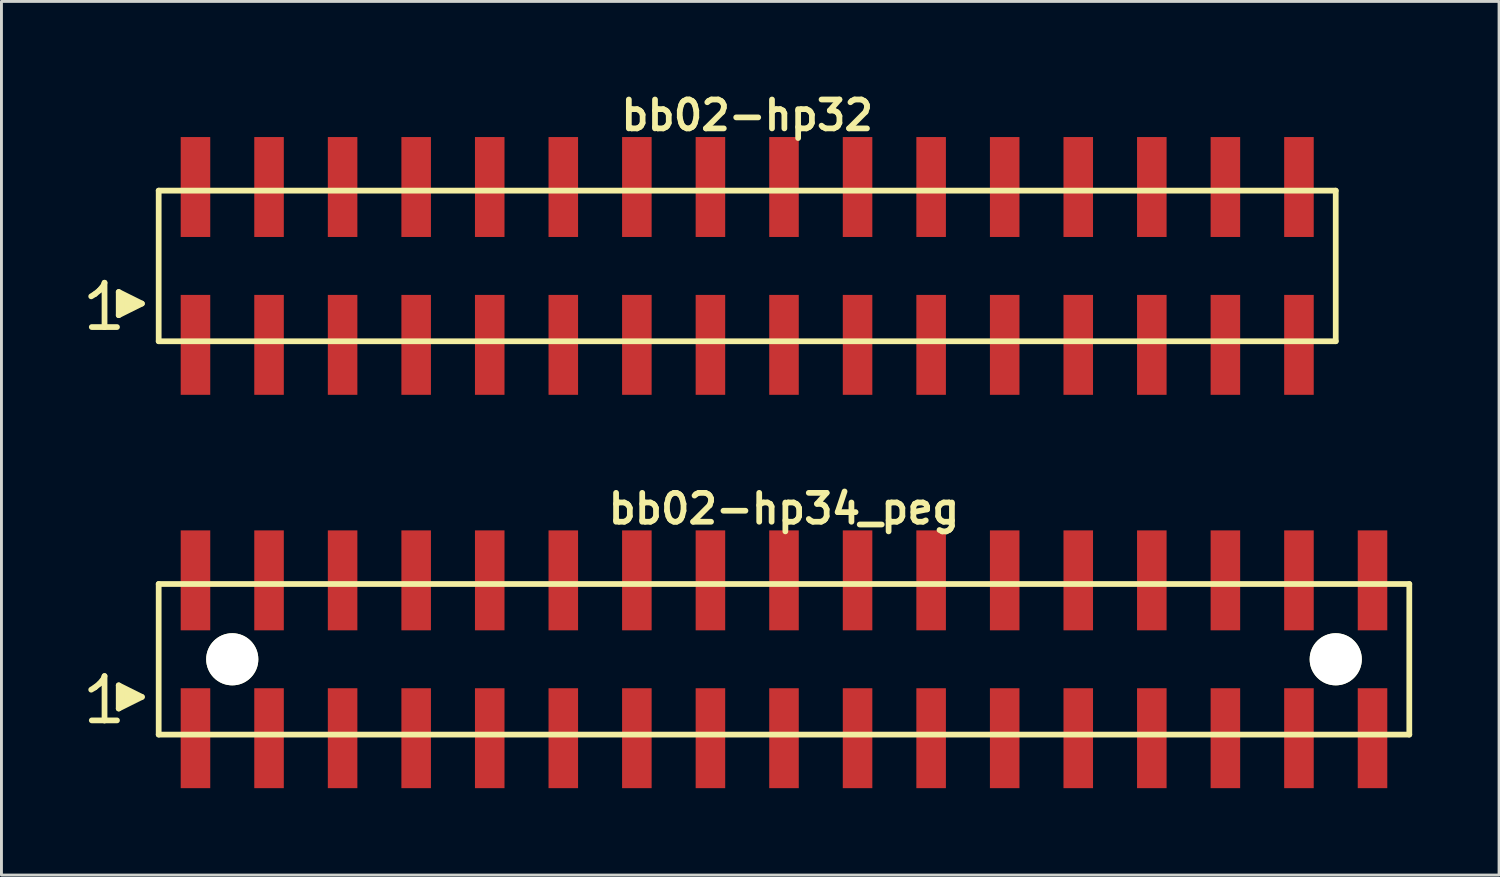
<source format=kicad_pcb>
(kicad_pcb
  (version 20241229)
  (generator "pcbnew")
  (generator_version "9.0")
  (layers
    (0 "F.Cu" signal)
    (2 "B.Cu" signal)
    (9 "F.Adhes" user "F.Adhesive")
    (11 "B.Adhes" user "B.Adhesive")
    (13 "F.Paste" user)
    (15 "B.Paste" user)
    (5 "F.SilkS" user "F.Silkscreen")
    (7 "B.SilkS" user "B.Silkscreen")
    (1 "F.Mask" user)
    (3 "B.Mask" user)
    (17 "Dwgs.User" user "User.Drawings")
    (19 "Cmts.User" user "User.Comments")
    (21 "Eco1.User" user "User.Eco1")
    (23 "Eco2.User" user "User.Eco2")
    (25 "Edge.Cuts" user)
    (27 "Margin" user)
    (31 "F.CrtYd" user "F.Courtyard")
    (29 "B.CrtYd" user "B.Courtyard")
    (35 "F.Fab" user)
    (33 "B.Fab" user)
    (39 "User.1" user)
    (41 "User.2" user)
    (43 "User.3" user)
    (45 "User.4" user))
  (footprint "bb02-hp34_peg"
    (layer "F.Cu")
    (at 24.019 19.713)
    (property "Reference" "bb02-hp34_peg" (at 0 -5.2 0) (layer "F.SilkS") (effects (font (size 0.998 0.998) (thickness 0.198))))
    (attr smd)
    (fp_line (start -23.92 1.05) (end -23.79 0.97) (stroke (width 0.198) (type solid)) (layer "F.SilkS"))
    (fp_line (start -23.79 0.97) (end -23.63 0.84) (stroke (width 0.198) (type solid)) (layer "F.SilkS"))
    (fp_line (start -23.63 0.84) (end -23.49 0.67) (stroke (width 0.198) (type solid)) (layer "F.SilkS"))
    (fp_line (start -23.49 0.67) (end -23.46 0.58) (stroke (width 0.198) (type solid)) (layer "F.SilkS"))
    (fp_line (start -23.46 0.58) (end -23.46 2.11) (stroke (width 0.198) (type solid)) (layer "F.SilkS"))
    (fp_line (start -23.46 2.11) (end -23.9 2.11) (stroke (width 0.198) (type solid)) (layer "F.SilkS"))
    (fp_line (start -23.03 2.11) (end -23.47 2.11) (stroke (width 0.198) (type solid)) (layer "F.SilkS"))
    (fp_line (start -22.97 0.9) (end -22.17 1.3) (stroke (width 0.198) (type solid)) (layer "F.SilkS"))
    (fp_line (start -22.97 1.7) (end -22.97 0.9) (stroke (width 0.198) (type solid)) (layer "F.SilkS"))
    (fp_line (start -22.87 1.6) (end -22.87 1) (stroke (width 0.198) (type solid)) (layer "F.SilkS"))
    (fp_line (start -22.77 1.1) (end -22.77 1.5) (stroke (width 0.198) (type solid)) (layer "F.SilkS"))
    (fp_line (start -22.67 1.5) (end -22.67 1.1) (stroke (width 0.198) (type solid)) (layer "F.SilkS"))
    (fp_line (start -22.57 1.2) (end -22.57 1.4) (stroke (width 0.198) (type solid)) (layer "F.SilkS"))
    (fp_line (start -22.47 1.4) (end -22.47 1.2) (stroke (width 0.198) (type solid)) (layer "F.SilkS"))
    (fp_line (start -22.17 1.3) (end -22.97 1.7) (stroke (width 0.198) (type solid)) (layer "F.SilkS"))
    (fp_line (start -21.59 -2.6) (end -21.59 2.6) (stroke (width 0.198) (type solid)) (layer "F.SilkS"))
    (fp_line (start -21.59 -2.6) (end 21.59 -2.6) (stroke (width 0.198) (type solid)) (layer "F.SilkS"))
    (fp_line (start 21.59 2.6) (end -21.59 2.6) (stroke (width 0.198) (type solid)) (layer "F.SilkS"))
    (fp_line (start 21.59 2.6) (end 21.59 -2.6) (stroke (width 0.198) (type solid)) (layer "F.SilkS"))
    (pad "" np_thru_hole circle (at -19.05 0) (size 1.8 1.8) (drill 1.8) (layers "*.Cu" "*.Mask" "F.SilkS"))
    (pad "" np_thru_hole circle (at 19.05 0) (size 1.8 1.8) (drill 1.8) (layers "*.Cu" "*.Mask" "F.SilkS"))
    (pad "1" smd rect (at -20.32 2.725) (size 1.02 3.45) (layers "F.Cu" "F.Mask" "F.Paste"))
    (pad "2" smd rect (at -20.32 -2.725) (size 1.02 3.45) (layers "F.Cu" "F.Mask" "F.Paste"))
    (pad "3" smd rect (at -17.78 2.725) (size 1.02 3.45) (layers "F.Cu" "F.Mask" "F.Paste"))
    (pad "4" smd rect (at -17.78 -2.725) (size 1.02 3.45) (layers "F.Cu" "F.Mask" "F.Paste"))
    (pad "5" smd rect (at -15.24 2.725) (size 1.02 3.45) (layers "F.Cu" "F.Mask" "F.Paste"))
    (pad "6" smd rect (at -15.24 -2.725) (size 1.02 3.45) (layers "F.Cu" "F.Mask" "F.Paste"))
    (pad "7" smd rect (at -12.7 2.725) (size 1.02 3.45) (layers "F.Cu" "F.Mask" "F.Paste"))
    (pad "8" smd rect (at -12.7 -2.725) (size 1.02 3.45) (layers "F.Cu" "F.Mask" "F.Paste"))
    (pad "9" smd rect (at -10.16 2.725) (size 1.02 3.45) (layers "F.Cu" "F.Mask" "F.Paste"))
    (pad "10" smd rect (at -10.16 -2.725) (size 1.02 3.45) (layers "F.Cu" "F.Mask" "F.Paste"))
    (pad "11" smd rect (at -7.62 2.725) (size 1.02 3.45) (layers "F.Cu" "F.Mask" "F.Paste"))
    (pad "12" smd rect (at -7.62 -2.725) (size 1.02 3.45) (layers "F.Cu" "F.Mask" "F.Paste"))
    (pad "13" smd rect (at -5.08 2.725) (size 1.02 3.45) (layers "F.Cu" "F.Mask" "F.Paste"))
    (pad "14" smd rect (at -5.08 -2.725) (size 1.02 3.45) (layers "F.Cu" "F.Mask" "F.Paste"))
    (pad "15" smd rect (at -2.54 2.725) (size 1.02 3.45) (layers "F.Cu" "F.Mask" "F.Paste"))
    (pad "16" smd rect (at -2.54 -2.725) (size 1.02 3.45) (layers "F.Cu" "F.Mask" "F.Paste"))
    (pad "17" smd rect (at 0 2.725) (size 1.02 3.45) (layers "F.Cu" "F.Mask" "F.Paste"))
    (pad "18" smd rect (at 0 -2.725) (size 1.02 3.45) (layers "F.Cu" "F.Mask" "F.Paste"))
    (pad "19" smd rect (at 2.54 2.725) (size 1.02 3.45) (layers "F.Cu" "F.Mask" "F.Paste"))
    (pad "20" smd rect (at 2.54 -2.725) (size 1.02 3.45) (layers "F.Cu" "F.Mask" "F.Paste"))
    (pad "21" smd rect (at 5.08 2.725) (size 1.02 3.45) (layers "F.Cu" "F.Mask" "F.Paste"))
    (pad "22" smd rect (at 5.08 -2.725) (size 1.02 3.45) (layers "F.Cu" "F.Mask" "F.Paste"))
    (pad "23" smd rect (at 7.62 2.725) (size 1.02 3.45) (layers "F.Cu" "F.Mask" "F.Paste"))
    (pad "24" smd rect (at 7.62 -2.725) (size 1.02 3.45) (layers "F.Cu" "F.Mask" "F.Paste"))
    (pad "25" smd rect (at 10.16 2.725) (size 1.02 3.45) (layers "F.Cu" "F.Mask" "F.Paste"))
    (pad "26" smd rect (at 10.16 -2.725) (size 1.02 3.45) (layers "F.Cu" "F.Mask" "F.Paste"))
    (pad "27" smd rect (at 12.7 2.725) (size 1.02 3.45) (layers "F.Cu" "F.Mask" "F.Paste"))
    (pad "28" smd rect (at 12.7 -2.725) (size 1.02 3.45) (layers "F.Cu" "F.Mask" "F.Paste"))
    (pad "29" smd rect (at 15.24 2.725) (size 1.02 3.45) (layers "F.Cu" "F.Mask" "F.Paste"))
    (pad "30" smd rect (at 15.24 -2.725) (size 1.02 3.45) (layers "F.Cu" "F.Mask" "F.Paste"))
    (pad "31" smd rect (at 17.78 2.725) (size 1.02 3.45) (layers "F.Cu" "F.Mask" "F.Paste"))
    (pad "32" smd rect (at 17.78 -2.725) (size 1.02 3.45) (layers "F.Cu" "F.Mask" "F.Paste"))
    (pad "33" smd rect (at 20.32 2.725) (size 1.02 3.45) (layers "F.Cu" "F.Mask" "F.Paste"))
    (pad "34" smd rect (at 20.32 -2.725) (size 1.02 3.45) (layers "F.Cu" "F.Mask" "F.Paste")))
  (footprint "bb02-hp32"
    (layer "F.Cu")
    (at 22.749 6.132)
    (property "Reference" "bb02-hp32" (at 0 -5.2 0) (layer "F.SilkS") (effects (font (size 0.998 0.998) (thickness 0.198))))
    (attr smd)
    (fp_line (start -22.65 1.05) (end -22.52 0.97) (stroke (width 0.198) (type solid)) (layer "F.SilkS"))
    (fp_line (start -22.52 0.97) (end -22.36 0.84) (stroke (width 0.198) (type solid)) (layer "F.SilkS"))
    (fp_line (start -22.36 0.84) (end -22.22 0.67) (stroke (width 0.198) (type solid)) (layer "F.SilkS"))
    (fp_line (start -22.22 0.67) (end -22.19 0.58) (stroke (width 0.198) (type solid)) (layer "F.SilkS"))
    (fp_line (start -22.19 0.58) (end -22.19 2.11) (stroke (width 0.198) (type solid)) (layer "F.SilkS"))
    (fp_line (start -22.19 2.11) (end -22.63 2.11) (stroke (width 0.198) (type solid)) (layer "F.SilkS"))
    (fp_line (start -21.76 2.11) (end -22.2 2.11) (stroke (width 0.198) (type solid)) (layer "F.SilkS"))
    (fp_line (start -21.7 0.9) (end -20.9 1.3) (stroke (width 0.198) (type solid)) (layer "F.SilkS"))
    (fp_line (start -21.7 1.7) (end -21.7 0.9) (stroke (width 0.198) (type solid)) (layer "F.SilkS"))
    (fp_line (start -21.6 1.6) (end -21.6 1) (stroke (width 0.198) (type solid)) (layer "F.SilkS"))
    (fp_line (start -21.5 1.1) (end -21.5 1.5) (stroke (width 0.198) (type solid)) (layer "F.SilkS"))
    (fp_line (start -21.4 1.5) (end -21.4 1.1) (stroke (width 0.198) (type solid)) (layer "F.SilkS"))
    (fp_line (start -21.3 1.2) (end -21.3 1.4) (stroke (width 0.198) (type solid)) (layer "F.SilkS"))
    (fp_line (start -21.2 1.4) (end -21.2 1.2) (stroke (width 0.198) (type solid)) (layer "F.SilkS"))
    (fp_line (start -20.9 1.3) (end -21.7 1.7) (stroke (width 0.198) (type solid)) (layer "F.SilkS"))
    (fp_line (start -20.32 -2.6) (end -20.32 2.6) (stroke (width 0.198) (type solid)) (layer "F.SilkS"))
    (fp_line (start -20.32 -2.6) (end 20.32 -2.6) (stroke (width 0.198) (type solid)) (layer "F.SilkS"))
    (fp_line (start 20.32 2.6) (end -20.32 2.6) (stroke (width 0.198) (type solid)) (layer "F.SilkS"))
    (fp_line (start 20.32 2.6) (end 20.32 -2.6) (stroke (width 0.198) (type solid)) (layer "F.SilkS"))
    (pad "1" smd rect (at -19.05 2.725) (size 1.02 3.45) (layers "F.Cu" "F.Mask" "F.Paste"))
    (pad "2" smd rect (at -19.05 -2.725) (size 1.02 3.45) (layers "F.Cu" "F.Mask" "F.Paste"))
    (pad "3" smd rect (at -16.51 2.725) (size 1.02 3.45) (layers "F.Cu" "F.Mask" "F.Paste"))
    (pad "4" smd rect (at -16.51 -2.725) (size 1.02 3.45) (layers "F.Cu" "F.Mask" "F.Paste"))
    (pad "5" smd rect (at -13.97 2.725) (size 1.02 3.45) (layers "F.Cu" "F.Mask" "F.Paste"))
    (pad "6" smd rect (at -13.97 -2.725) (size 1.02 3.45) (layers "F.Cu" "F.Mask" "F.Paste"))
    (pad "7" smd rect (at -11.43 2.725) (size 1.02 3.45) (layers "F.Cu" "F.Mask" "F.Paste"))
    (pad "8" smd rect (at -11.43 -2.725) (size 1.02 3.45) (layers "F.Cu" "F.Mask" "F.Paste"))
    (pad "9" smd rect (at -8.89 2.725) (size 1.02 3.45) (layers "F.Cu" "F.Mask" "F.Paste"))
    (pad "10" smd rect (at -8.89 -2.725) (size 1.02 3.45) (layers "F.Cu" "F.Mask" "F.Paste"))
    (pad "11" smd rect (at -6.35 2.725) (size 1.02 3.45) (layers "F.Cu" "F.Mask" "F.Paste"))
    (pad "12" smd rect (at -6.35 -2.725) (size 1.02 3.45) (layers "F.Cu" "F.Mask" "F.Paste"))
    (pad "13" smd rect (at -3.81 2.725) (size 1.02 3.45) (layers "F.Cu" "F.Mask" "F.Paste"))
    (pad "14" smd rect (at -3.81 -2.725) (size 1.02 3.45) (layers "F.Cu" "F.Mask" "F.Paste"))
    (pad "15" smd rect (at -1.27 2.725) (size 1.02 3.45) (layers "F.Cu" "F.Mask" "F.Paste"))
    (pad "16" smd rect (at -1.27 -2.725) (size 1.02 3.45) (layers "F.Cu" "F.Mask" "F.Paste"))
    (pad "17" smd rect (at 1.27 2.725) (size 1.02 3.45) (layers "F.Cu" "F.Mask" "F.Paste"))
    (pad "18" smd rect (at 1.27 -2.725) (size 1.02 3.45) (layers "F.Cu" "F.Mask" "F.Paste"))
    (pad "19" smd rect (at 3.81 2.725) (size 1.02 3.45) (layers "F.Cu" "F.Mask" "F.Paste"))
    (pad "20" smd rect (at 3.81 -2.725) (size 1.02 3.45) (layers "F.Cu" "F.Mask" "F.Paste"))
    (pad "21" smd rect (at 6.35 2.725) (size 1.02 3.45) (layers "F.Cu" "F.Mask" "F.Paste"))
    (pad "22" smd rect (at 6.35 -2.725) (size 1.02 3.45) (layers "F.Cu" "F.Mask" "F.Paste"))
    (pad "23" smd rect (at 8.89 2.725) (size 1.02 3.45) (layers "F.Cu" "F.Mask" "F.Paste"))
    (pad "24" smd rect (at 8.89 -2.725) (size 1.02 3.45) (layers "F.Cu" "F.Mask" "F.Paste"))
    (pad "25" smd rect (at 11.43 2.725) (size 1.02 3.45) (layers "F.Cu" "F.Mask" "F.Paste"))
    (pad "26" smd rect (at 11.43 -2.725) (size 1.02 3.45) (layers "F.Cu" "F.Mask" "F.Paste"))
    (pad "27" smd rect (at 13.97 2.725) (size 1.02 3.45) (layers "F.Cu" "F.Mask" "F.Paste"))
    (pad "28" smd rect (at 13.97 -2.725) (size 1.02 3.45) (layers "F.Cu" "F.Mask" "F.Paste"))
    (pad "29" smd rect (at 16.51 2.725) (size 1.02 3.45) (layers "F.Cu" "F.Mask" "F.Paste"))
    (pad "30" smd rect (at 16.51 -2.725) (size 1.02 3.45) (layers "F.Cu" "F.Mask" "F.Paste"))
    (pad "31" smd rect (at 19.05 2.725) (size 1.02 3.45) (layers "F.Cu" "F.Mask" "F.Paste"))
    (pad "32" smd rect (at 19.05 -2.725) (size 1.02 3.45) (layers "F.Cu" "F.Mask" "F.Paste")))
  (gr_rect
    (start -3 -3)
    (end 48.708 27.163)
    (stroke (width 0.1) (type default))
    (fill no)
    (layer "Edge.Cuts")))
</source>
